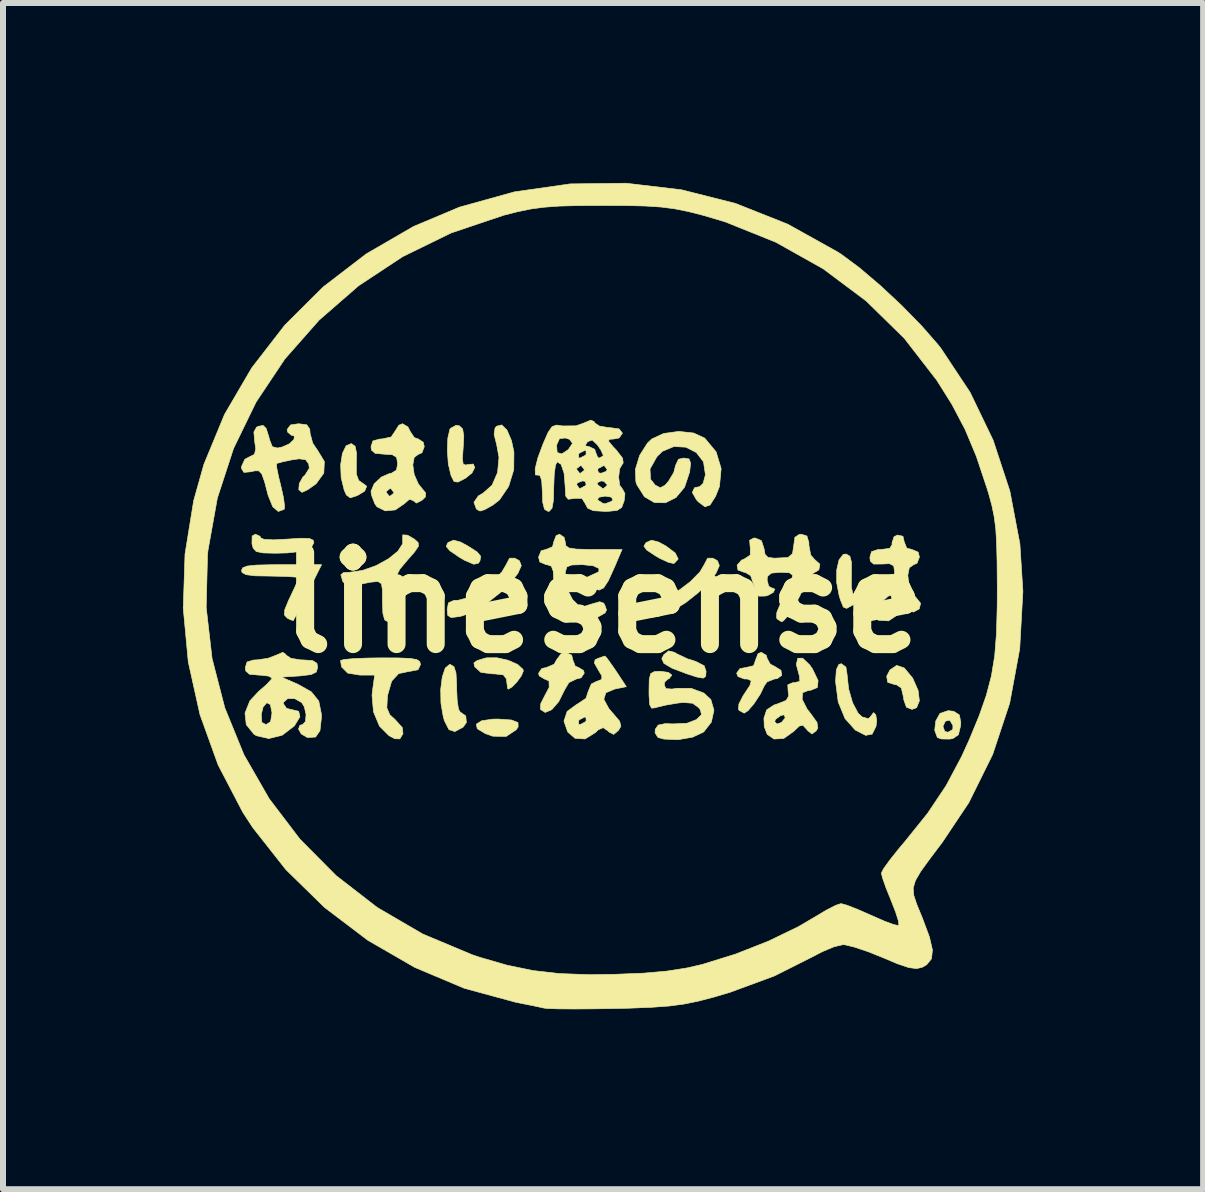
<source format=kicad_pcb>
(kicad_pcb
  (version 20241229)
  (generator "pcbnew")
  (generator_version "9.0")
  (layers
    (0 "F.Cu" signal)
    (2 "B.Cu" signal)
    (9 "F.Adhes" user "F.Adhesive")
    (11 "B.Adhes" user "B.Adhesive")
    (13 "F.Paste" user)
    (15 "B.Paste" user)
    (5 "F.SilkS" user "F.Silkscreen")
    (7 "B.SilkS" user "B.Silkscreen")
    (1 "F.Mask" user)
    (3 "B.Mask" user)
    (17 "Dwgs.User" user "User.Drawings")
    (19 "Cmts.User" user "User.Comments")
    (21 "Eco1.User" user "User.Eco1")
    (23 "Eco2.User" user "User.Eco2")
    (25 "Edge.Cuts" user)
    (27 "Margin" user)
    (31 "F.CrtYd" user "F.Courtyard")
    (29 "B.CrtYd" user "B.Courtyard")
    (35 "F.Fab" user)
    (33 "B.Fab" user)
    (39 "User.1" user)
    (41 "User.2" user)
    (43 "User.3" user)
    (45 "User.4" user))
  (footprint "linesense"
    (layer "F.Cu")
    (at 7.009 7)
    (property "Reference" "linesense" (at 0 0 0) (layer "F.SilkS") (effects (font (size 1.524 1.524) (thickness 0.3))))
    (attr through_hole)
    (fp_poly (pts (xy -1.529 1.955) (xy -1.422 1.997) (xy -1.42 2.07) (xy -1.454 2.119) (xy -1.62 2.229) (xy -1.842 2.225) (xy -1.967 2.182) (xy -2.101 2.1) (xy -2.118 2.025) (xy -2.027 1.967) (xy -1.839 1.94) (xy -1.752 1.939) (xy -1.529 1.955)) (stroke (width 0.01) (type solid)) (fill yes) (layer "F.SilkS"))
    (fp_poly (pts (xy -2.378 -1.011) (xy -2.261 -0.948) (xy -2.105 -0.848) (xy -2.043 -0.774) (xy -2.057 -0.698) (xy -2.081 -0.66) (xy -2.159 -0.642) (xy -2.319 -0.711) (xy -2.401 -0.76) (xy -2.558 -0.867) (xy -2.618 -0.937) (xy -2.598 -0.993) (xy -2.582 -1.007) (xy -2.496 -1.044) (xy -2.378 -1.011)) (stroke (width 0.01) (type solid)) (fill yes) (layer "F.SilkS"))
    (fp_poly (pts (xy 0.92 -1.013) (xy 1.043 -0.947) (xy 1.2 -0.829) (xy 1.249 -0.729) (xy 1.185 -0.66) (xy 1.171 -0.655) (xy 1.085 -0.674) (xy 0.937 -0.743) (xy 0.869 -0.783) (xy 0.724 -0.879) (xy 0.677 -0.944) (xy 0.712 -1.001) (xy 0.719 -1.006) (xy 0.804 -1.043) (xy 0.92 -1.013)) (stroke (width 0.01) (type solid)) (fill yes) (layer "F.SilkS"))
    (fp_poly (pts (xy 1.185 0.826) (xy 1.228 0.852) (xy 1.399 0.933) (xy 1.54 0.978) (xy 1.682 1.05) (xy 1.714 1.144) (xy 1.707 1.227) (xy 1.665 1.257) (xy 1.559 1.238) (xy 1.397 1.186) (xy 1.148 1.092) (xy 1.011 1.011) (xy 0.975 0.932) (xy 1.009 0.866) (xy 1.088 0.802) (xy 1.185 0.826)) (stroke (width 0.01) (type solid)) (fill yes) (layer "F.SilkS"))
    (fp_poly (pts (xy -4.138 -2.61) (xy -4.114 -2.493) (xy -4.118 -2.342) (xy -4.117 -2.143) (xy -4.078 -2.039) (xy -4.037 -2.011) (xy -3.945 -1.943) (xy -3.978 -1.862) (xy -4.098 -1.789) (xy -4.219 -1.749) (xy -4.284 -1.797) (xy -4.32 -1.878) (xy -4.371 -2.086) (xy -4.379 -2.301) (xy -4.35 -2.489) (xy -4.288 -2.618) (xy -4.201 -2.654) (xy -4.138 -2.61)) (stroke (width 0.01) (type solid)) (fill yes) (layer "F.SilkS"))
    (fp_poly (pts (xy 5.019 1.088) (xy 5.154 1.251) (xy 5.163 1.266) (xy 5.25 1.465) (xy 5.27 1.636) (xy 5.224 1.749) (xy 5.148 1.778) (xy 5.054 1.742) (xy 5.01 1.617) (xy 5.005 1.572) (xy 4.969 1.421) (xy 4.888 1.367) (xy 4.863 1.365) (xy 4.742 1.327) (xy 4.725 1.225) (xy 4.779 1.121) (xy 4.891 1.044) (xy 5.019 1.088)) (stroke (width 0.01) (type solid)) (fill yes) (layer "F.SilkS"))
    (fp_poly (pts (xy -5.723 -1.108) (xy -5.715 -1.083) (xy -5.656 -1.057) (xy -5.496 -1.049) (xy -5.271 -1.061) (xy -5.034 -1.076) (xy -4.898 -1.071) (xy -4.837 -1.043) (xy -4.826 -1.001) (xy -4.872 -0.915) (xy -5.016 -0.859) (xy -5.268 -0.831) (xy -5.469 -0.826) (xy -5.674 -0.831) (xy -5.786 -0.854) (xy -5.837 -0.909) (xy -5.858 -0.984) (xy -5.855 -1.113) (xy -5.801 -1.143) (xy -5.723 -1.108)) (stroke (width 0.01) (type solid)) (fill yes) (layer "F.SilkS"))
    (fp_poly (pts (xy -2.549 1.029) (xy -2.489 1.068) (xy -2.456 1.171) (xy -2.445 1.367) (xy -2.445 1.43) (xy -2.436 1.633) (xy -2.414 1.774) (xy -2.388 1.82) (xy -2.293 1.887) (xy -2.283 1.998) (xy -2.338 2.074) (xy -2.476 2.148) (xy -2.574 2.115) (xy -2.649 1.967) (xy -2.669 1.896) (xy -2.707 1.674) (xy -2.711 1.444) (xy -2.685 1.238) (xy -2.635 1.089) (xy -2.564 1.029) (xy -2.549 1.029)) (stroke (width 0.01) (type solid)) (fill yes) (layer "F.SilkS"))
    (fp_poly (pts (xy 4.111 -0.776) (xy 4.138 -0.675) (xy 4.137 -0.482) (xy 4.136 -0.458) (xy 4.136 -0.266) (xy 4.158 -0.156) (xy 4.18 -0.141) (xy 4.254 -0.132) (xy 4.251 -0.065) (xy 4.177 0.024) (xy 4.147 0.045) (xy 4.057 0.094) (xy 4.003 0.073) (xy 3.956 -0.042) (xy 3.933 -0.116) (xy 3.891 -0.337) (xy 3.892 -0.547) (xy 3.93 -0.714) (xy 4 -0.806) (xy 4.049 -0.813) (xy 4.111 -0.776)) (stroke (width 0.01) (type solid)) (fill yes) (layer "F.SilkS"))
    (fp_poly (pts (xy -1.587 0.959) (xy -1.429 1.028) (xy -1.34 1.11) (xy -1.333 1.138) (xy -1.366 1.218) (xy -1.44 1.32) (xy -1.524 1.406) (xy -1.584 1.44) (xy -1.595 1.429) (xy -1.611 1.31) (xy -1.615 1.27) (xy -1.667 1.202) (xy -1.819 1.185) (xy -1.842 1.186) (xy -2.041 1.161) (xy -2.145 1.066) (xy -2.158 1.003) (xy -2.103 0.963) (xy -1.968 0.923) (xy -1.944 0.918) (xy -1.774 0.917) (xy -1.587 0.959)) (stroke (width 0.01) (type solid)) (fill yes) (layer "F.SilkS"))
    (fp_poly (pts (xy -2.402 -2.952) (xy -2.345 -2.898) (xy -2.326 -2.777) (xy -2.336 -2.59) (xy -2.349 -2.401) (xy -2.336 -2.311) (xy -2.292 -2.296) (xy -2.269 -2.303) (xy -2.168 -2.313) (xy -2.143 -2.256) (xy -2.189 -2.165) (xy -2.295 -2.078) (xy -2.423 -2.012) (xy -2.488 -2.021) (xy -2.535 -2.114) (xy -2.542 -2.133) (xy -2.584 -2.314) (xy -2.6 -2.536) (xy -2.592 -2.748) (xy -2.557 -2.895) (xy -2.55 -2.907) (xy -2.455 -2.959) (xy -2.402 -2.952)) (stroke (width 0.01) (type solid)) (fill yes) (layer "F.SilkS"))
    (fp_poly (pts (xy -1.606 -2.879) (xy -1.531 -2.704) (xy -1.49 -2.514) (xy -1.493 -2.218) (xy -1.579 -1.938) (xy -1.731 -1.715) (xy -1.837 -1.632) (xy -1.979 -1.552) (xy -2.055 -1.529) (xy -2.104 -1.554) (xy -2.117 -1.566) (xy -2.157 -1.675) (xy -2.083 -1.782) (xy -2.004 -1.828) (xy -1.855 -1.96) (xy -1.763 -2.171) (xy -1.739 -2.423) (xy -1.777 -2.633) (xy -1.821 -2.809) (xy -1.805 -2.912) (xy -1.781 -2.943) (xy -1.693 -2.965) (xy -1.606 -2.879)) (stroke (width 0.01) (type solid)) (fill yes) (layer "F.SilkS"))
    (fp_poly (pts (xy -1.399 -0.701) (xy -1.367 -0.619) (xy -1.424 -0.49) (xy -1.55 -0.332) (xy -1.724 -0.164) (xy -1.926 -0.004) (xy -2.137 0.128) (xy -2.336 0.214) (xy -2.397 0.23) (xy -2.538 0.247) (xy -2.594 0.21) (xy -2.603 0.114) (xy -2.582 0.001) (xy -2.492 -0.039) (xy -2.417 -0.042) (xy -2.253 -0.087) (xy -2.05 -0.201) (xy -1.849 -0.353) (xy -1.69 -0.515) (xy -1.619 -0.636) (xy -1.563 -0.743) (xy -1.476 -0.743) (xy -1.399 -0.701)) (stroke (width 0.01) (type solid)) (fill yes) (layer "F.SilkS"))
    (fp_poly (pts (xy 1.903 -0.701) (xy 1.935 -0.619) (xy 1.878 -0.49) (xy 1.752 -0.332) (xy 1.578 -0.164) (xy 1.376 -0.004) (xy 1.165 0.128) (xy 0.966 0.214) (xy 0.905 0.23) (xy 0.764 0.247) (xy 0.708 0.21) (xy 0.699 0.114) (xy 0.72 0.001) (xy 0.81 -0.039) (xy 0.885 -0.042) (xy 1.049 -0.087) (xy 1.252 -0.201) (xy 1.453 -0.353) (xy 1.612 -0.515) (xy 1.683 -0.636) (xy 1.739 -0.743) (xy 1.826 -0.743) (xy 1.903 -0.701)) (stroke (width 0.01) (type solid)) (fill yes) (layer "F.SilkS"))
    (fp_poly (pts (xy 4.045 1.072) (xy 4.064 1.191) (xy 4.09 1.435) (xy 4.156 1.666) (xy 4.247 1.839) (xy 4.316 1.904) (xy 4.422 1.933) (xy 4.463 1.889) (xy 4.506 1.831) (xy 4.543 1.868) (xy 4.559 1.967) (xy 4.547 2.061) (xy 4.483 2.19) (xy 4.375 2.211) (xy 4.208 2.126) (xy 4.198 2.119) (xy 4.03 1.93) (xy 3.917 1.654) (xy 3.874 1.324) (xy 3.873 1.304) (xy 3.886 1.115) (xy 3.928 1.028) (xy 3.969 1.016) (xy 4.045 1.072)) (stroke (width 0.01) (type solid)) (fill yes) (layer "F.SilkS"))
    (fp_poly (pts (xy 5.843 1.81) (xy 5.937 1.871) (xy 5.961 1.995) (xy 5.957 2.053) (xy 5.921 2.201) (xy 5.831 2.263) (xy 5.776 2.273) (xy 5.637 2.271) (xy 5.57 2.247) (xy 5.526 2.128) (xy 5.533 2.06) (xy 5.663 2.06) (xy 5.693 2.145) (xy 5.747 2.159) (xy 5.827 2.113) (xy 5.83 2.048) (xy 5.777 1.958) (xy 5.704 1.974) (xy 5.663 2.06) (xy 5.533 2.06) (xy 5.543 1.972) (xy 5.611 1.849) (xy 5.617 1.844) (xy 5.749 1.799) (xy 5.843 1.81)) (stroke (width 0.01) (type solid)) (fill yes) (layer "F.SilkS"))
    (fp_poly (pts (xy -0.527 0.874) (xy -0.508 0.953) (xy -0.468 1.056) (xy -0.413 1.079) (xy -0.329 1.13) (xy -0.318 1.175) (xy -0.371 1.252) (xy -0.446 1.27) (xy -0.573 1.33) (xy -0.641 1.445) (xy -0.744 1.65) (xy -0.86 1.783) (xy -0.969 1.829) (xy -1.048 1.778) (xy -1.044 1.685) (xy -0.988 1.573) (xy -0.902 1.41) (xy -0.906 1.303) (xy -0.984 1.27) (xy -1.068 1.219) (xy -1.079 1.175) (xy -1.026 1.097) (xy -0.947 1.079) (xy -0.82 1.025) (xy -0.78 0.953) (xy -0.703 0.849) (xy -0.628 0.826) (xy -0.527 0.874)) (stroke (width 0.01) (type solid)) (fill yes) (layer "F.SilkS"))
    (fp_poly (pts (xy -4.928 -0.175) (xy -5.036 0.04) (xy -5.119 0.205) (xy -5.165 0.291) (xy -5.169 0.298) (xy -5.222 0.281) (xy -5.271 0.254) (xy -5.318 0.203) (xy -5.311 0.116) (xy -5.248 -0.039) (xy -5.221 -0.094) (xy -5.141 -0.265) (xy -5.089 -0.384) (xy -5.08 -0.414) (xy -5.138 -0.429) (xy -5.293 -0.439) (xy -5.512 -0.444) (xy -5.556 -0.445) (xy -5.807 -0.449) (xy -5.955 -0.468) (xy -6.022 -0.503) (xy -6.032 -0.54) (xy -6.012 -0.583) (xy -5.937 -0.612) (xy -5.787 -0.628) (xy -5.542 -0.634) (xy -5.365 -0.635) (xy -4.697 -0.635) (xy -4.928 -0.175)) (stroke (width 0.01) (type solid)) (fill yes) (layer "F.SilkS"))
    (fp_poly (pts (xy 2.718 0.877) (xy 2.731 0.927) (xy 2.784 1.023) (xy 2.857 1.061) (xy 2.962 1.126) (xy 2.976 1.209) (xy 2.899 1.266) (xy 2.856 1.27) (xy 2.732 1.318) (xy 2.686 1.381) (xy 2.616 1.526) (xy 2.515 1.679) (xy 2.416 1.797) (xy 2.349 1.841) (xy 2.267 1.796) (xy 2.254 1.778) (xy 2.261 1.688) (xy 2.33 1.553) (xy 2.345 1.53) (xy 2.446 1.377) (xy 2.466 1.3) (xy 2.406 1.272) (xy 2.349 1.27) (xy 2.246 1.23) (xy 2.223 1.175) (xy 2.278 1.098) (xy 2.381 1.079) (xy 2.506 1.05) (xy 2.54 0.953) (xy 2.58 0.849) (xy 2.635 0.826) (xy 2.718 0.877)) (stroke (width 0.01) (type solid)) (fill yes) (layer "F.SilkS"))
    (fp_poly (pts (xy -3.416 0.92) (xy -3.222 0.928) (xy -3.11 0.947) (xy -3.06 0.98) (xy -3.048 1.03) (xy -3.088 1.116) (xy -3.222 1.143) (xy -3.231 1.143) (xy -3.412 1.181) (xy -3.529 1.307) (xy -3.595 1.536) (xy -3.6 1.575) (xy -3.609 1.752) (xy -3.56 1.867) (xy -3.467 1.952) (xy -3.35 2.084) (xy -3.34 2.184) (xy -3.393 2.27) (xy -3.477 2.267) (xy -3.572 2.217) (xy -3.732 2.057) (xy -3.832 1.818) (xy -3.856 1.542) (xy -3.85 1.482) (xy -3.812 1.206) (xy -4.058 1.206) (xy -4.261 1.173) (xy -4.364 1.07) (xy -4.381 0.963) (xy -4.322 0.946) (xy -4.162 0.931) (xy -3.928 0.922) (xy -3.715 0.919) (xy -3.416 0.92)) (stroke (width 0.01) (type solid)) (fill yes) (layer "F.SilkS"))
    (fp_poly (pts (xy -3.264 -1.127) (xy -3.146 -1.058) (xy -3.086 -1.002) (xy -3.083 -0.941) (xy -3.15 -0.843) (xy -3.261 -0.717) (xy -3.392 -0.561) (xy -3.461 -0.428) (xy -3.488 -0.264) (xy -3.493 -0.072) (xy -3.5 0.152) (xy -3.525 0.274) (xy -3.573 0.316) (xy -3.588 0.318) (xy -3.645 0.286) (xy -3.675 0.176) (xy -3.683 -0.033) (xy -3.683 -0.216) (xy -3.699 -0.318) (xy -3.759 -0.355) (xy -3.889 -0.342) (xy -4.117 -0.294) (xy -4.137 -0.29) (xy -4.283 -0.29) (xy -4.343 -0.355) (xy -4.376 -0.466) (xy -4.331 -0.504) (xy -4.232 -0.508) (xy -4.015 -0.539) (xy -3.789 -0.619) (xy -3.583 -0.732) (xy -3.425 -0.86) (xy -3.344 -0.985) (xy -3.345 -1.055) (xy -3.344 -1.132) (xy -3.264 -1.127)) (stroke (width 0.01) (type solid)) (fill yes) (layer "F.SilkS"))
    (fp_poly (pts (xy 1.086 1.161) (xy 1.143 1.206) (xy 1.143 1.206) (xy 1.095 1.268) (xy 1.079 1.27) (xy 1.024 1.322) (xy 1.016 1.368) (xy 1.043 1.431) (xy 1.145 1.439) (xy 1.232 1.426) (xy 1.465 1.427) (xy 1.675 1.505) (xy 1.793 1.613) (xy 1.845 1.793) (xy 1.801 1.991) (xy 1.674 2.154) (xy 1.489 2.241) (xy 1.246 2.283) (xy 1.009 2.273) (xy 0.912 2.246) (xy 0.863 2.169) (xy 0.867 2.108) (xy 0.916 2.039) (xy 1.033 2.015) (xy 1.162 2.02) (xy 1.395 2.009) (xy 1.553 1.948) (xy 1.637 1.866) (xy 1.619 1.787) (xy 1.588 1.746) (xy 1.488 1.675) (xy 1.331 1.663) (xy 1.238 1.673) (xy 1.045 1.706) (xy 0.893 1.742) (xy 0.87 1.75) (xy 0.806 1.758) (xy 0.774 1.7) (xy 0.763 1.552) (xy 0.762 1.467) (xy 0.766 1.277) (xy 0.79 1.181) (xy 0.854 1.147) (xy 0.953 1.143) (xy 1.086 1.161)) (stroke (width 0.01) (type solid)) (fill yes) (layer "F.SilkS"))
    (fp_poly (pts (xy 0.071 0.937) (xy 0.158 1.059) (xy 0.216 1.144) (xy 0.384 1.399) (xy 0.192 1.438) (xy 0.042 1.501) (xy 0.009 1.61) (xy 0.093 1.765) (xy 0.168 1.852) (xy 0.273 1.976) (xy 0.293 2.06) (xy 0.253 2.128) (xy 0.174 2.195) (xy 0.096 2.155) (xy 0.078 2.137) (xy -0.002 2.082) (xy -0.083 2.118) (xy -0.134 2.166) (xy -0.304 2.271) (xy -0.471 2.26) (xy -0.593 2.155) (xy -0.656 1.975) (xy -0.654 1.968) (xy -0.413 1.968) (xy -0.41 2.027) (xy -0.388 2.032) (xy -0.299 1.986) (xy -0.286 1.968) (xy -0.289 1.91) (xy -0.31 1.905) (xy -0.4 1.951) (xy -0.413 1.968) (xy -0.654 1.968) (xy -0.603 1.812) (xy -0.444 1.695) (xy -0.435 1.691) (xy -0.288 1.593) (xy -0.254 1.486) (xy -0.2 1.355) (xy -0.117 1.313) (xy -0.027 1.279) (xy -0.024 1.22) (xy -0.083 1.121) (xy -0.148 1.007) (xy -0.137 0.951) (xy -0.088 0.927) (xy 0.007 0.894) (xy 0.029 0.889) (xy 0.071 0.937)) (stroke (width 0.01) (type solid)) (fill yes) (layer "F.SilkS"))
    (fp_poly (pts (xy 1.506 -2.83) (xy 1.691 -2.745) (xy 1.881 -2.516) (xy 1.965 -2.238) (xy 1.937 -1.939) (xy 1.872 -1.775) (xy 1.78 -1.63) (xy 1.695 -1.6) (xy 1.588 -1.68) (xy 1.555 -1.715) (xy 1.484 -1.839) (xy 1.521 -1.918) (xy 1.609 -1.937) (xy 1.665 -1.992) (xy 1.701 -2.127) (xy 1.702 -2.139) (xy 1.671 -2.349) (xy 1.551 -2.505) (xy 1.376 -2.594) (xy 1.177 -2.605) (xy 0.987 -2.526) (xy 0.894 -2.436) (xy 0.779 -2.231) (xy 0.787 -2.061) (xy 0.865 -1.962) (xy 0.95 -1.917) (xy 1.029 -1.959) (xy 1.087 -2.025) (xy 1.175 -2.172) (xy 1.206 -2.293) (xy 1.254 -2.393) (xy 1.342 -2.413) (xy 1.429 -2.398) (xy 1.456 -2.33) (xy 1.44 -2.182) (xy 1.355 -1.927) (xy 1.212 -1.754) (xy 1.036 -1.667) (xy 0.853 -1.67) (xy 0.686 -1.768) (xy 0.561 -1.965) (xy 0.543 -2.017) (xy 0.535 -2.224) (xy 0.606 -2.457) (xy 0.737 -2.663) (xy 0.807 -2.73) (xy 1.008 -2.823) (xy 1.259 -2.857) (xy 1.506 -2.83)) (stroke (width 0.01) (type solid)) (fill yes) (layer "F.SilkS"))
    (fp_poly (pts (xy 3.441 1.036) (xy 3.49 1.107) (xy 3.581 1.297) (xy 3.57 1.413) (xy 3.458 1.459) (xy 3.425 1.46) (xy 3.323 1.5) (xy 3.315 1.609) (xy 3.398 1.772) (xy 3.463 1.855) (xy 3.563 1.995) (xy 3.577 2.089) (xy 3.55 2.135) (xy 3.48 2.188) (xy 3.411 2.135) (xy 3.393 2.112) (xy 3.328 2.042) (xy 3.266 2.057) (xy 3.177 2.143) (xy 3.008 2.263) (xy 2.846 2.272) (xy 2.734 2.195) (xy 2.684 2.066) (xy 2.681 1.981) (xy 2.857 1.981) (xy 2.895 2.022) (xy 2.971 1.996) (xy 3.031 1.922) (xy 3.033 1.917) (xy 3.014 1.869) (xy 2.958 1.88) (xy 2.871 1.945) (xy 2.857 1.981) (xy 2.681 1.981) (xy 2.678 1.925) (xy 2.724 1.786) (xy 2.846 1.705) (xy 2.908 1.685) (xy 3.049 1.628) (xy 3.092 1.554) (xy 3.082 1.478) (xy 3.076 1.368) (xy 3.155 1.334) (xy 3.181 1.333) (xy 3.277 1.311) (xy 3.271 1.225) (xy 3.27 1.222) (xy 3.218 1.028) (xy 3.243 0.925) (xy 3.324 0.924) (xy 3.441 1.036)) (stroke (width 0.01) (type solid)) (fill yes) (layer "F.SilkS"))
    (fp_poly (pts (xy -3.257 -2.931) (xy -3.22 -2.857) (xy -3.151 -2.754) (xy -3.086 -2.731) (xy -3.002 -2.677) (xy -2.985 -2.603) (xy -3.024 -2.5) (xy -3.08 -2.477) (xy -3.153 -2.425) (xy -3.176 -2.299) (xy -3.153 -2.139) (xy -3.086 -1.986) (xy -3.046 -1.934) (xy -2.962 -1.831) (xy -2.966 -1.764) (xy -3.019 -1.712) (xy -3.115 -1.662) (xy -3.167 -1.701) (xy -3.23 -1.727) (xy -3.32 -1.65) (xy -3.468 -1.548) (xy -3.635 -1.532) (xy -3.773 -1.6) (xy -3.808 -1.647) (xy -3.862 -1.787) (xy -3.871 -1.841) (xy -3.619 -1.841) (xy -3.571 -1.78) (xy -3.556 -1.778) (xy -3.494 -1.826) (xy -3.493 -1.841) (xy -3.541 -1.903) (xy -3.556 -1.905) (xy -3.618 -1.857) (xy -3.619 -1.841) (xy -3.871 -1.841) (xy -3.873 -1.859) (xy -3.821 -1.982) (xy -3.699 -2.097) (xy -3.559 -2.157) (xy -3.535 -2.159) (xy -3.448 -2.212) (xy -3.429 -2.318) (xy -3.446 -2.425) (xy -3.52 -2.469) (xy -3.651 -2.477) (xy -3.804 -2.491) (xy -3.866 -2.546) (xy -3.873 -2.603) (xy -3.842 -2.698) (xy -3.727 -2.73) (xy -3.69 -2.731) (xy -3.537 -2.764) (xy -3.474 -2.857) (xy -3.408 -2.961) (xy -3.347 -2.985) (xy -3.257 -2.931)) (stroke (width 0.01) (type solid)) (fill yes) (layer "F.SilkS"))
    (fp_poly (pts (xy 4.996 -1.109) (xy 5.016 -1.021) (xy 5.059 -0.911) (xy 5.144 -0.889) (xy 5.25 -0.844) (xy 5.271 -0.762) (xy 5.231 -0.659) (xy 5.175 -0.635) (xy 5.102 -0.584) (xy 5.077 -0.458) (xy 5.096 -0.301) (xy 5.158 -0.154) (xy 5.207 -0.095) (xy 5.29 0.008) (xy 5.27 0.096) (xy 5.262 0.106) (xy 5.169 0.156) (xy 5.113 0.128) (xy 5.021 0.111) (xy 4.921 0.191) (xy 4.756 0.302) (xy 4.586 0.291) (xy 4.481 0.218) (xy 4.401 0.105) (xy 4.381 0.041) (xy 4.397 -0.004) (xy 4.647 -0.004) (xy 4.665 0.055) (xy 4.703 0.052) (xy 4.799 -0.029) (xy 4.814 -0.06) (xy 4.797 -0.119) (xy 4.759 -0.115) (xy 4.662 -0.035) (xy 4.647 -0.004) (xy 4.397 -0.004) (xy 4.433 -0.108) (xy 4.556 -0.248) (xy 4.703 -0.327) (xy 4.715 -0.329) (xy 4.828 -0.384) (xy 4.858 -0.508) (xy 4.842 -0.616) (xy 4.771 -0.652) (xy 4.651 -0.646) (xy 4.508 -0.645) (xy 4.452 -0.694) (xy 4.445 -0.757) (xy 4.472 -0.853) (xy 4.578 -0.887) (xy 4.638 -0.889) (xy 4.776 -0.907) (xy 4.816 -0.971) (xy 4.813 -0.998) (xy 4.848 -1.101) (xy 4.905 -1.129) (xy 4.996 -1.109)) (stroke (width 0.01) (type solid)) (fill yes) (layer "F.SilkS"))
    (fp_poly (pts (xy -0.653 -1.09) (xy -0.635 -1.016) (xy -0.624 -0.951) (xy -0.572 -0.913) (xy -0.454 -0.895) (xy -0.243 -0.889) (xy -0.161 -0.889) (xy 0.313 -0.889) (xy 0.184 -0.587) (xy 0.084 -0.367) (xy 0.006 -0.248) (xy -0.069 -0.211) (xy -0.162 -0.239) (xy -0.184 -0.25) (xy -0.3 -0.34) (xy -0.292 -0.416) (xy -0.191 -0.463) (xy -0.075 -0.516) (xy -0.072 -0.572) (xy -0.167 -0.616) (xy -0.347 -0.635) (xy -0.349 -0.635) (xy -0.525 -0.63) (xy -0.608 -0.598) (xy -0.633 -0.513) (xy -0.635 -0.42) (xy -0.599 -0.221) (xy -0.514 -0.055) (xy -0.413 0.045) (xy -0.311 0.058) (xy -0.2 0.023) (xy -0.061 -0.017) (xy 0.007 0.007) (xy 0.029 0.048) (xy 0.054 0.123) (xy 0.029 0.17) (xy -0.073 0.228) (xy -0.107 0.245) (xy -0.294 0.31) (xy -0.457 0.277) (xy -0.633 0.139) (xy -0.64 0.132) (xy -0.765 -0.022) (xy -0.818 -0.19) (xy -0.826 -0.344) (xy -0.834 -0.525) (xy -0.867 -0.611) (xy -0.94 -0.635) (xy -0.953 -0.635) (xy -1.059 -0.68) (xy -1.079 -0.762) (xy -1.035 -0.868) (xy -0.953 -0.889) (xy -0.846 -0.934) (xy -0.826 -1.016) (xy -0.786 -1.119) (xy -0.73 -1.143) (xy -0.653 -1.09)) (stroke (width 0.01) (type solid)) (fill yes) (layer "F.SilkS"))
    (fp_poly (pts (xy 3.395 -1.113) (xy 3.428 -1.003) (xy 3.429 -0.951) (xy 3.459 -0.795) (xy 3.524 -0.721) (xy 3.611 -0.643) (xy 3.594 -0.548) (xy 3.501 -0.492) (xy 3.402 -0.413) (xy 3.339 -0.278) (xy 3.282 -0.125) (xy 3.191 0.048) (xy 3.091 0.203) (xy 3.004 0.301) (xy 2.972 0.317) (xy 2.902 0.272) (xy 2.889 0.253) (xy 2.893 0.161) (xy 2.953 0.017) (xy 2.973 -0.017) (xy 3.069 -0.195) (xy 3.136 -0.353) (xy 3.14 -0.365) (xy 3.156 -0.46) (xy 3.104 -0.5) (xy 2.957 -0.508) (xy 2.802 -0.494) (xy 2.739 -0.441) (xy 2.731 -0.381) (xy 2.757 -0.278) (xy 2.794 -0.254) (xy 2.86 -0.228) (xy 2.836 -0.174) (xy 2.743 -0.122) (xy 2.704 -0.112) (xy 2.596 -0.11) (xy 2.539 -0.18) (xy 2.511 -0.296) (xy 2.457 -0.452) (xy 2.366 -0.507) (xy 2.347 -0.508) (xy 2.245 -0.545) (xy 2.231 -0.627) (xy 2.304 -0.71) (xy 2.355 -0.732) (xy 2.45 -0.795) (xy 2.451 -0.917) (xy 2.449 -0.927) (xy 2.44 -1.042) (xy 2.508 -1.079) (xy 2.535 -1.079) (xy 2.637 -1.035) (xy 2.679 -0.906) (xy 2.697 -0.807) (xy 2.745 -0.757) (xy 2.852 -0.743) (xy 3.051 -0.753) (xy 3.08 -0.755) (xy 3.155 -0.819) (xy 3.175 -0.953) (xy 3.195 -1.092) (xy 3.269 -1.141) (xy 3.302 -1.143) (xy 3.395 -1.113)) (stroke (width 0.01) (type solid)) (fill yes) (layer "F.SilkS"))
    (fp_poly (pts (xy -4.944 -2.967) (xy -4.894 -2.895) (xy -4.889 -2.826) (xy -4.845 -2.661) (xy -4.763 -2.54) (xy -4.651 -2.355) (xy -4.66 -2.161) (xy -4.787 -1.986) (xy -4.803 -1.973) (xy -4.932 -1.883) (xy -5.021 -1.842) (xy -5.025 -1.841) (xy -5.077 -1.886) (xy -5.069 -1.988) (xy -5.01 -2.094) (xy -4.974 -2.127) (xy -4.902 -2.243) (xy -4.912 -2.316) (xy -4.965 -2.386) (xy -5.072 -2.4) (xy -5.192 -2.383) (xy -5.35 -2.349) (xy -5.442 -2.323) (xy -5.449 -2.319) (xy -5.445 -2.252) (xy -5.414 -2.1) (xy -5.376 -1.947) (xy -5.332 -1.751) (xy -5.314 -1.608) (xy -5.32 -1.559) (xy -5.419 -1.522) (xy -5.512 -1.601) (xy -5.587 -1.788) (xy -5.589 -1.794) (xy -5.648 -2.02) (xy -5.694 -2.147) (xy -5.742 -2.199) (xy -5.811 -2.2) (xy -5.872 -2.185) (xy -5.991 -2.173) (xy -6.031 -2.235) (xy -6.032 -2.272) (xy -5.977 -2.392) (xy -5.902 -2.432) (xy -5.816 -2.475) (xy -5.795 -2.567) (xy -5.812 -2.685) (xy -5.826 -2.847) (xy -5.781 -2.928) (xy -5.754 -2.941) (xy -5.673 -2.957) (xy -5.621 -2.907) (xy -5.576 -2.765) (xy -5.565 -2.72) (xy -5.519 -2.602) (xy -5.431 -2.58) (xy -5.354 -2.597) (xy -5.233 -2.651) (xy -5.158 -2.722) (xy -5.151 -2.779) (xy -5.202 -2.794) (xy -5.263 -2.845) (xy -5.271 -2.889) (xy -5.214 -2.965) (xy -5.08 -2.985) (xy -4.944 -2.967)) (stroke (width 0.01) (type solid)) (fill yes) (layer "F.SilkS"))
    (fp_poly (pts (xy -5.294 0.86) (xy -5.289 0.873) (xy -5.211 0.925) (xy -5.052 0.952) (xy -5.011 0.953) (xy -4.847 0.964) (xy -4.775 1.009) (xy -4.763 1.076) (xy -4.784 1.154) (xy -4.87 1.197) (xy -5.051 1.219) (xy -5.064 1.22) (xy -5.366 1.24) (xy -5.094 1.358) (xy -4.868 1.485) (xy -4.744 1.639) (xy -4.701 1.854) (xy -4.7 1.917) (xy -4.724 2.133) (xy -4.797 2.239) (xy -4.928 2.247) (xy -4.939 2.244) (xy -5.037 2.186) (xy -5.082 2.104) (xy -5.058 2.042) (xy -5.016 2.032) (xy -4.966 1.981) (xy -4.956 1.864) (xy -4.985 1.735) (xy -5.029 1.664) (xy -5.146 1.598) (xy -5.263 1.598) (xy -5.331 1.659) (xy -5.334 1.683) (xy -5.281 1.761) (xy -5.211 1.778) (xy -5.079 1.81) (xy -5.058 1.901) (xy -5.147 2.047) (xy -5.158 2.059) (xy -5.355 2.209) (xy -5.577 2.264) (xy -5.786 2.216) (xy -5.826 2.19) (xy -5.953 2.033) (xy -5.972 1.862) (xy -5.703 1.862) (xy -5.694 1.995) (xy -5.624 2.032) (xy -5.547 1.983) (xy -5.524 1.836) (xy -5.551 1.698) (xy -5.61 1.667) (xy -5.672 1.737) (xy -5.703 1.862) (xy -5.972 1.862) (xy -5.974 1.839) (xy -5.893 1.636) (xy -5.747 1.479) (xy -5.613 1.362) (xy -5.533 1.275) (xy -5.525 1.254) (xy -5.58 1.223) (xy -5.718 1.207) (xy -5.747 1.206) (xy -5.9 1.192) (xy -5.962 1.137) (xy -5.969 1.079) (xy -5.939 0.987) (xy -5.828 0.954) (xy -5.778 0.953) (xy -5.59 0.926) (xy -5.452 0.873) (xy -5.344 0.826) (xy -5.294 0.86)) (stroke (width 0.01) (type solid)) (fill yes) (layer "F.SilkS"))
    (fp_poly (pts (xy -0.152 -3.02) (xy -0.143 -3) (xy -0.068 -2.947) (xy 0.08 -2.921) (xy 0.101 -2.921) (xy 0.263 -2.899) (xy 0.317 -2.831) (xy 0.318 -2.826) (xy 0.264 -2.748) (xy 0.179 -2.731) (xy 0.096 -2.725) (xy 0.09 -2.69) (xy 0.165 -2.6) (xy 0.216 -2.547) (xy 0.322 -2.41) (xy 0.332 -2.329) (xy 0.323 -2.321) (xy 0.272 -2.233) (xy 0.256 -2.092) (xy 0.274 -1.958) (xy 0.322 -1.893) (xy 0.361 -1.819) (xy 0.347 -1.697) (xy 0.307 -1.589) (xy 0.23 -1.539) (xy 0.077 -1.524) (xy 0.019 -1.524) (xy -0.167 -1.535) (xy -0.262 -1.578) (xy -0.299 -1.65) (xy -0.339 -1.714) (xy -0.095 -1.714) (xy -0.003 -1.655) (xy 0.032 -1.651) (xy 0.138 -1.691) (xy 0.159 -1.714) (xy 0.136 -1.761) (xy 0.032 -1.778) (xy -0.079 -1.758) (xy -0.095 -1.714) (xy -0.339 -1.714) (xy -0.355 -1.741) (xy -0.476 -1.741) (xy -0.483 -1.739) (xy -0.585 -1.726) (xy -0.627 -1.779) (xy -0.635 -1.925) (xy -0.638 -1.968) (xy -0.445 -1.968) (xy -0.399 -1.907) (xy -0.385 -1.905) (xy -0.299 -1.951) (xy -0.286 -1.968) (xy -0.294 -2.001) (xy -0.101 -2.001) (xy -0.095 -1.968) (xy -0.014 -1.907) (xy 0.004 -1.905) (xy 0.062 -1.953) (xy 0.064 -1.968) (xy 0.012 -2.024) (xy -0.035 -2.032) (xy -0.101 -2.001) (xy -0.294 -2.001) (xy -0.3 -2.023) (xy -0.346 -2.032) (xy -0.432 -1.999) (xy -0.445 -1.968) (xy -0.638 -1.968) (xy -0.654 -2.161) (xy -0.675 -2.223) (xy -0.445 -2.223) (xy -0.396 -2.161) (xy -0.381 -2.159) (xy -0.319 -2.207) (xy -0.318 -2.223) (xy -0.095 -2.223) (xy -0.081 -2.168) (xy -0.035 -2.159) (xy 0.051 -2.192) (xy 0.064 -2.223) (xy 0.018 -2.284) (xy 0.004 -2.286) (xy -0.082 -2.24) (xy -0.095 -2.223) (xy -0.318 -2.223) (xy -0.366 -2.284) (xy -0.381 -2.286) (xy -0.443 -2.238) (xy -0.445 -2.223) (xy -0.675 -2.223) (xy -0.705 -2.309) (xy -0.769 -2.349) (xy -0.798 -2.292) (xy -0.818 -2.14) (xy -0.826 -1.937) (xy -0.832 -1.705) (xy -0.855 -1.577) (xy -0.899 -1.527) (xy -0.921 -1.524) (xy -0.98 -1.558) (xy -1.01 -1.674) (xy -1.016 -1.845) (xy -1.027 -2.037) (xy -1.058 -2.126) (xy -1.079 -2.127) (xy -1.133 -2.132) (xy -1.136 -2.235) (xy -1.09 -2.419) (xy -1.068 -2.477) (xy -0.413 -2.477) (xy -0.41 -2.418) (xy -0.388 -2.413) (xy -0.299 -2.459) (xy -0.286 -2.477) (xy -0.289 -2.535) (xy -0.31 -2.54) (xy -0.4 -2.494) (xy -0.413 -2.477) (xy -1.068 -2.477) (xy -1.012 -2.628) (xy -0.779 -2.628) (xy -0.769 -2.505) (xy -0.693 -2.481) (xy -0.584 -2.553) (xy -0.54 -2.618) (xy -0.304 -2.618) (xy -0.235 -2.603) (xy -0.143 -2.558) (xy -0.127 -2.508) (xy -0.093 -2.424) (xy -0.064 -2.413) (xy -0.003 -2.449) (xy -0.002 -2.461) (xy -0.038 -2.543) (xy -0.098 -2.632) (xy -0.184 -2.713) (xy -0.26 -2.686) (xy -0.267 -2.679) (xy -0.304 -2.618) (xy -0.54 -2.618) (xy -0.513 -2.657) (xy -0.561 -2.724) (xy -0.629 -2.747) (xy -0.73 -2.738) (xy -0.779 -2.628) (xy -1.012 -2.628) (xy -1.003 -2.652) (xy -0.92 -2.841) (xy -0.854 -2.937) (xy -0.779 -2.963) (xy -0.678 -2.948) (xy -0.455 -2.95) (xy -0.331 -2.994) (xy -0.208 -3.045) (xy -0.152 -3.02)) (stroke (width 0.01) (type solid)) (fill yes) (layer "F.SilkS"))
    (fp_poly (pts (xy 1.303 -6.886) (xy 2.205 -6.658) (xy 3.076 -6.312) (xy 3.905 -5.85) (xy 3.969 -5.809) (xy 4.272 -5.584) (xy 4.619 -5.289) (xy 4.975 -4.956) (xy 5.308 -4.616) (xy 5.584 -4.3) (xy 5.632 -4.238) (xy 6.116 -3.508) (xy 6.5 -2.71) (xy 6.779 -1.862) (xy 6.946 -0.981) (xy 6.996 -0.191) (xy 6.943 0.769) (xy 6.776 1.673) (xy 6.493 2.527) (xy 6.095 3.332) (xy 5.654 3.992) (xy 5.44 4.276) (xy 5.292 4.48) (xy 5.204 4.632) (xy 5.167 4.757) (xy 5.177 4.88) (xy 5.226 5.027) (xy 5.307 5.224) (xy 5.324 5.266) (xy 5.438 5.572) (xy 5.488 5.789) (xy 5.472 5.936) (xy 5.392 6.035) (xy 5.317 6.078) (xy 5.221 6.1) (xy 5.091 6.082) (xy 4.901 6.018) (xy 4.667 5.919) (xy 4.416 5.818) (xy 4.19 5.742) (xy 4.028 5.703) (xy 3.995 5.701) (xy 3.849 5.735) (xy 3.65 5.818) (xy 3.519 5.887) (xy 2.856 6.221) (xy 2.116 6.494) (xy 1.839 6.576) (xy 1.582 6.643) (xy 1.346 6.691) (xy 1.098 6.724) (xy 0.805 6.745) (xy 0.435 6.76) (xy 0.191 6.765) (xy -0.17 6.771) (xy -0.493 6.773) (xy -0.754 6.771) (xy -0.928 6.765) (xy -0.984 6.759) (xy -1.117 6.73) (xy -1.32 6.689) (xy -1.46 6.661) (xy -2.318 6.428) (xy -3.145 6.079) (xy -3.927 5.627) (xy -4.648 5.08) (xy -5.292 4.45) (xy -5.845 3.748) (xy -6.011 3.493) (xy -6.422 2.705) (xy -6.725 1.864) (xy -6.92 0.986) (xy -7.004 0.087) (xy -7.003 0.078) (xy -6.621 0.078) (xy -6.523 0.93) (xy -6.311 1.751) (xy -5.992 2.534) (xy -5.571 3.267) (xy -5.057 3.943) (xy -4.454 4.55) (xy -3.77 5.08) (xy -3.011 5.523) (xy -2.183 5.87) (xy -2.061 5.911) (xy -1.605 6.043) (xy -1.175 6.132) (xy -0.73 6.183) (xy -0.229 6.201) (xy 0.191 6.195) (xy 0.669 6.176) (xy 1.057 6.142) (xy 1.39 6.09) (xy 1.647 6.031) (xy 2.202 5.859) (xy 2.754 5.642) (xy 3.256 5.399) (xy 3.523 5.242) (xy 3.717 5.126) (xy 3.877 5.044) (xy 3.963 5.016) (xy 4.06 5.042) (xy 4.235 5.11) (xy 4.452 5.205) (xy 4.473 5.214) (xy 4.681 5.306) (xy 4.842 5.366) (xy 4.925 5.382) (xy 4.928 5.38) (xy 4.922 5.31) (xy 4.874 5.157) (xy 4.798 4.962) (xy 4.714 4.754) (xy 4.656 4.589) (xy 4.636 4.507) (xy 4.675 4.431) (xy 4.78 4.286) (xy 4.932 4.096) (xy 5.024 3.987) (xy 5.408 3.51) (xy 5.715 3.051) (xy 5.975 2.563) (xy 6.101 2.286) (xy 6.265 1.889) (xy 6.386 1.545) (xy 6.471 1.221) (xy 6.526 0.886) (xy 6.556 0.506) (xy 6.568 0.051) (xy 6.569 -0.254) (xy 6.566 -0.669) (xy 6.558 -0.986) (xy 6.544 -1.231) (xy 6.518 -1.432) (xy 6.48 -1.618) (xy 6.426 -1.817) (xy 6.396 -1.914) (xy 6.22 -2.441) (xy 6.033 -2.889) (xy 5.813 -3.307) (xy 5.561 -3.709) (xy 5.019 -4.409) (xy 4.383 -5.032) (xy 3.665 -5.569) (xy 2.877 -6.011) (xy 2.032 -6.351) (xy 1.664 -6.46) (xy 1.412 -6.524) (xy 1.188 -6.569) (xy 0.962 -6.598) (xy 0.702 -6.615) (xy 0.374 -6.623) (xy 0 -6.624) (xy -0.414 -6.622) (xy -0.732 -6.614) (xy -0.988 -6.595) (xy -1.212 -6.565) (xy -1.437 -6.518) (xy -1.664 -6.46) (xy -2.537 -6.166) (xy -3.345 -5.771) (xy -4.082 -5.284) (xy -4.739 -4.712) (xy -5.31 -4.064) (xy -5.788 -3.348) (xy -6.165 -2.573) (xy -6.435 -1.745) (xy -6.591 -0.874) (xy -6.599 -0.794) (xy -6.621 0.078) (xy -7.003 0.078) (xy -6.974 -0.814) (xy -6.83 -1.702) (xy -6.659 -2.309) (xy -6.315 -3.141) (xy -5.861 -3.917) (xy -5.31 -4.629) (xy -4.67 -5.266) (xy -3.952 -5.817) (xy -3.166 -6.273) (xy -2.399 -6.596) (xy -1.482 -6.851) (xy -0.552 -6.984) (xy 0.38 -6.995) (xy 1.303 -6.886)) (stroke (width 0.01) (type solid)) (fill yes) (layer "F.SilkS")))
  (gr_rect
    (start -3 -3)
    (end 17.01 16.778)
    (stroke (width 0.1) (type default))
    (fill no)
    (layer "Edge.Cuts")))
</source>
